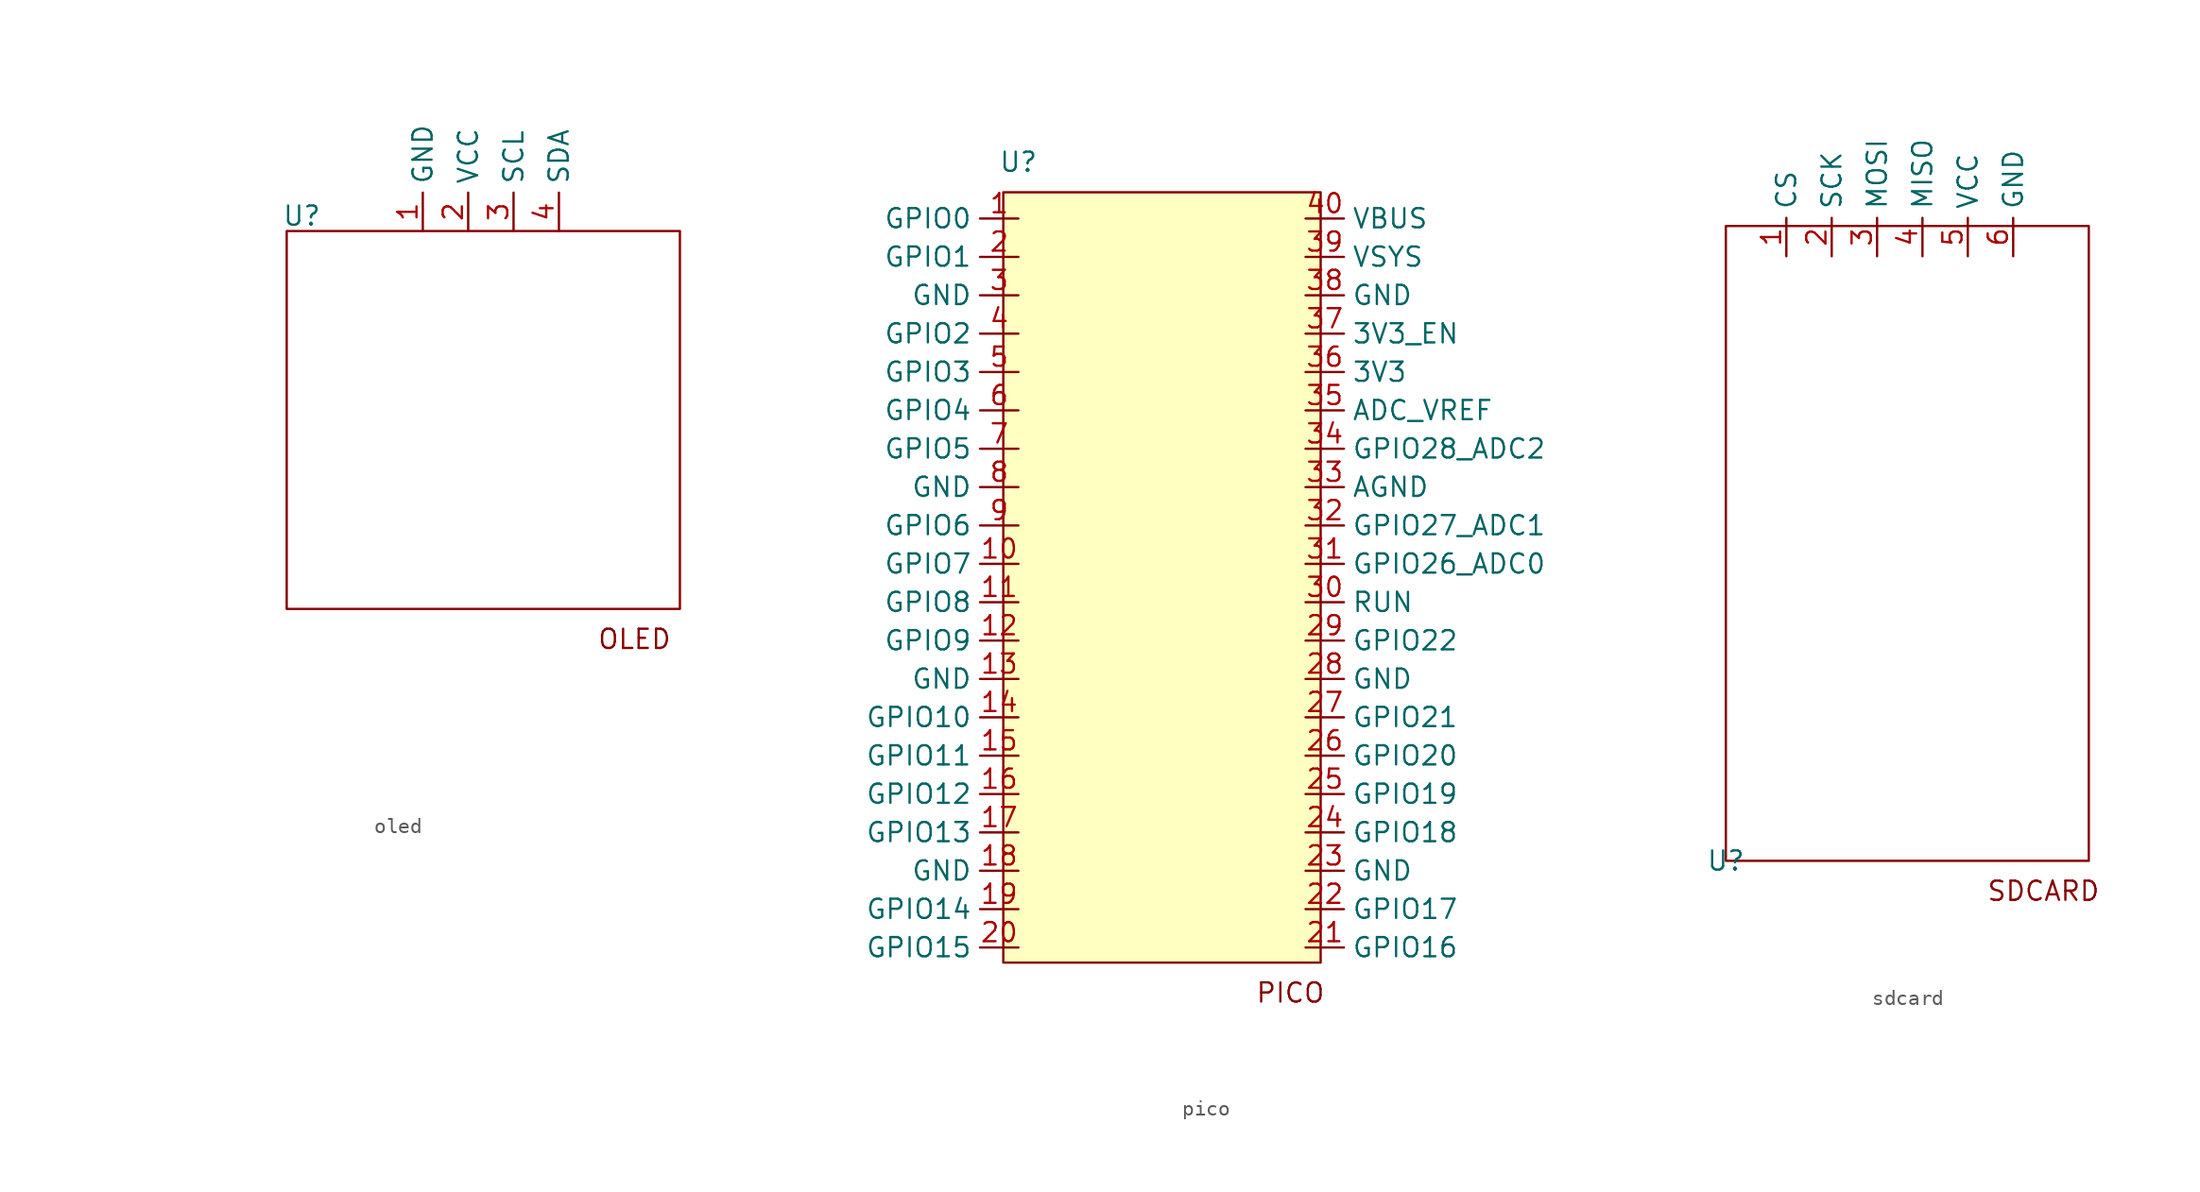
<source format=kicad_sym>
(kicad_symbol_lib
  (version 20231120)
  (generator "kicad_symbol_editor")
  (generator_version "8.0")
  (symbol "oled"
    (property "Reference" "U"
      (at -12 13 0)
      (effects (font (size 1.27 1.27))))
    (property "Value" ""
      (at -24 -22 0)
      (effects (font (size 1.27 1.27))))
    (symbol "oled_0_1"
      (rectangle (start -13 -13) (end 13 12) (stroke (width 0) (type default)) (fill (type none))))
    (symbol "oled_1_1"
      (text "OLED" (at 10 -15 0) (effects (font (size 1.27 1.27))))
      (pin input line (at -4 12 90) (length 2.54) (name "GND" (effects (font (size 1.27 1.27)))) (number "1" (effects (font (size 1.27 1.27)))))
      (pin input line (at -1 12 90) (length 2.54) (name "VCC" (effects (font (size 1.27 1.27)))) (number "2" (effects (font (size 1.27 1.27)))))
      (pin input line (at 2 12 90) (length 2.54) (name "SCL" (effects (font (size 1.27 1.27)))) (number "3" (effects (font (size 1.27 1.27)))))
      (pin input line (at 5 12 90) (length 2.54) (name "SDA" (effects (font (size 1.27 1.27)))) (number "4" (effects (font (size 1.27 1.27)))))))
  (symbol "pico"
    (property "Reference" "U"
      (at -10 25 0)
      (effects (font (size 1.27 1.27))))
    (property "Value" ""
      (at 7.559 -29.039 0)
      (effects (font (size 1.27 1.27))))
    (symbol "pico_0_1"
      (rectangle (start -11 23) (end 10 -28) (stroke (width 0) (type default)) (fill (type background))))
    (symbol "pico_1_1"
      (text "PICO\n" (at 8 -30 0) (effects (font (size 1.27 1.27))))
      (pin bidirectional line (at -10 21.26 180) (length 2.54) (name "GPIO0" (effects (font (size 1.27 1.27)))) (number "1" (effects (font (size 1.27 1.27)))))
      (pin bidirectional line (at -10 -1.6 180) (length 2.54) (name "GPIO7" (effects (font (size 1.27 1.27)))) (number "10" (effects (font (size 1.27 1.27)))))
      (pin bidirectional line (at -10 -4.14 180) (length 2.54) (name "GPIO8" (effects (font (size 1.27 1.27)))) (number "11" (effects (font (size 1.27 1.27)))))
      (pin bidirectional line (at -10 -6.68 180) (length 2.54) (name "GPIO9" (effects (font (size 1.27 1.27)))) (number "12" (effects (font (size 1.27 1.27)))))
      (pin power_in line (at -10 -9.22 180) (length 2.54) (name "GND" (effects (font (size 1.27 1.27)))) (number "13" (effects (font (size 1.27 1.27)))))
      (pin bidirectional line (at -10 -11.76 180) (length 2.54) (name "GPIO10" (effects (font (size 1.27 1.27)))) (number "14" (effects (font (size 1.27 1.27)))))
      (pin bidirectional line (at -10 -14.3 180) (length 2.54) (name "GPIO11" (effects (font (size 1.27 1.27)))) (number "15" (effects (font (size 1.27 1.27)))))
      (pin bidirectional line (at -10 -16.84 180) (length 2.54) (name "GPIO12" (effects (font (size 1.27 1.27)))) (number "16" (effects (font (size 1.27 1.27)))))
      (pin bidirectional line (at -10 -19.38 180) (length 2.54) (name "GPIO13" (effects (font (size 1.27 1.27)))) (number "17" (effects (font (size 1.27 1.27)))))
      (pin power_in line (at -10 -21.92 180) (length 2.54) (name "GND" (effects (font (size 1.27 1.27)))) (number "18" (effects (font (size 1.27 1.27)))))
      (pin bidirectional line (at -10 -24.46 180) (length 2.54) (name "GPIO14" (effects (font (size 1.27 1.27)))) (number "19" (effects (font (size 1.27 1.27)))))
      (pin bidirectional line (at -10 18.72 180) (length 2.54) (name "GPIO1" (effects (font (size 1.27 1.27)))) (number "2" (effects (font (size 1.27 1.27)))))
      (pin bidirectional line (at -10 -27 180) (length 2.54) (name "GPIO15" (effects (font (size 1.27 1.27)))) (number "20" (effects (font (size 1.27 1.27)))))
      (pin bidirectional line (at 9 -27 0) (length 2.54) (name "GPIO16" (effects (font (size 1.27 1.27)))) (number "21" (effects (font (size 1.27 1.27)))))
      (pin bidirectional line (at 9 -24.46 0) (length 2.54) (name "GPIO17" (effects (font (size 1.27 1.27)))) (number "22" (effects (font (size 1.27 1.27)))))
      (pin power_in line (at 9 -21.92 0) (length 2.54) (name "GND" (effects (font (size 1.27 1.27)))) (number "23" (effects (font (size 1.27 1.27)))))
      (pin bidirectional line (at 9 -19.38 0) (length 2.54) (name "GPIO18" (effects (font (size 1.27 1.27)))) (number "24" (effects (font (size 1.27 1.27)))))
      (pin bidirectional line (at 9 -16.84 0) (length 2.54) (name "GPIO19" (effects (font (size 1.27 1.27)))) (number "25" (effects (font (size 1.27 1.27)))))
      (pin bidirectional line (at 9 -14.3 0) (length 2.54) (name "GPIO20" (effects (font (size 1.27 1.27)))) (number "26" (effects (font (size 1.27 1.27)))))
      (pin bidirectional line (at 9 -11.76 0) (length 2.54) (name "GPIO21" (effects (font (size 1.27 1.27)))) (number "27" (effects (font (size 1.27 1.27)))))
      (pin power_in line (at 9 -9.22 0) (length 2.54) (name "GND" (effects (font (size 1.27 1.27)))) (number "28" (effects (font (size 1.27 1.27)))))
      (pin bidirectional line (at 9 -6.68 0) (length 2.54) (name "GPIO22" (effects (font (size 1.27 1.27)))) (number "29" (effects (font (size 1.27 1.27)))))
      (pin power_in line (at -10 16.18 180) (length 2.54) (name "GND" (effects (font (size 1.27 1.27)))) (number "3" (effects (font (size 1.27 1.27)))))
      (pin input line (at 9 -4.14 0) (length 2.54) (name "RUN" (effects (font (size 1.27 1.27)))) (number "30" (effects (font (size 1.27 1.27)))))
      (pin bidirectional line (at 9 -1.6 0) (length 2.54) (name "GPIO26_ADC0" (effects (font (size 1.27 1.27)))) (number "31" (effects (font (size 1.27 1.27)))))
      (pin bidirectional line (at 9 0.94 0) (length 2.54) (name "GPIO27_ADC1" (effects (font (size 1.27 1.27)))) (number "32" (effects (font (size 1.27 1.27)))))
      (pin power_in line (at 9 3.48 0) (length 2.54) (name "AGND" (effects (font (size 1.27 1.27)))) (number "33" (effects (font (size 1.27 1.27)))))
      (pin bidirectional line (at 9 6.02 0) (length 2.54) (name "GPIO28_ADC2" (effects (font (size 1.27 1.27)))) (number "34" (effects (font (size 1.27 1.27)))))
      (pin power_in line (at 9 8.56 0) (length 2.54) (name "ADC_VREF" (effects (font (size 1.27 1.27)))) (number "35" (effects (font (size 1.27 1.27)))))
      (pin power_in line (at 9 11.1 0) (length 2.54) (name "3V3" (effects (font (size 1.27 1.27)))) (number "36" (effects (font (size 1.27 1.27)))))
      (pin input line (at 9 13.64 0) (length 2.54) (name "3V3_EN" (effects (font (size 1.27 1.27)))) (number "37" (effects (font (size 1.27 1.27)))))
      (pin bidirectional line (at 9 16.18 0) (length 2.54) (name "GND" (effects (font (size 1.27 1.27)))) (number "38" (effects (font (size 1.27 1.27)))))
      (pin power_in line (at 9 18.72 0) (length 2.54) (name "VSYS" (effects (font (size 1.27 1.27)))) (number "39" (effects (font (size 1.27 1.27)))))
      (pin bidirectional line (at -10 13.64 180) (length 2.54) (name "GPIO2" (effects (font (size 1.27 1.27)))) (number "4" (effects (font (size 1.27 1.27)))))
      (pin power_in line (at 9 21.26 0) (length 2.54) (name "VBUS" (effects (font (size 1.27 1.27)))) (number "40" (effects (font (size 1.27 1.27)))))
      (pin bidirectional line (at -10 11.1 180) (length 2.54) (name "GPIO3" (effects (font (size 1.27 1.27)))) (number "5" (effects (font (size 1.27 1.27)))))
      (pin bidirectional line (at -10 8.56 180) (length 2.54) (name "GPIO4" (effects (font (size 1.27 1.27)))) (number "6" (effects (font (size 1.27 1.27)))))
      (pin bidirectional line (at -10 6.02 180) (length 2.54) (name "GPIO5" (effects (font (size 1.27 1.27)))) (number "7" (effects (font (size 1.27 1.27)))))
      (pin power_in line (at -10 3.48 180) (length 2.54) (name "GND" (effects (font (size 1.27 1.27)))) (number "8" (effects (font (size 1.27 1.27)))))
      (pin bidirectional line (at -10 0.94 180) (length 2.54) (name "GPIO6" (effects (font (size 1.27 1.27)))) (number "9" (effects (font (size 1.27 1.27)))))))
  (symbol "sdcard"
    (property "Reference" "U"
      (at 0 0 0)
      (effects (font (size 1.27 1.27))))
    (property "Value" ""
      (at 0 0 0)
      (effects (font (size 1.27 1.27))))
    (symbol "sdcard_0_1"
      (rectangle (start 0 0) (end 24 42) (stroke (width 0) (type default)) (fill (type none))))
    (symbol "sdcard_1_1"
      (text "SDCARD" (at 21 -2 0) (effects (font (size 1.27 1.27))))
      (pin input line (at 4 40 90) (length 2.54) (name "CS" (effects (font (size 1.27 1.27)))) (number "1" (effects (font (size 1.27 1.27)))))
      (pin input line (at 7 40 90) (length 2.54) (name "SCK" (effects (font (size 1.27 1.27)))) (number "2" (effects (font (size 1.27 1.27)))))
      (pin input line (at 10 40 90) (length 2.54) (name "MOSI" (effects (font (size 1.27 1.27)))) (number "3" (effects (font (size 1.27 1.27)))))
      (pin input line (at 13 40 90) (length 2.54) (name "MISO" (effects (font (size 1.27 1.27)))) (number "4" (effects (font (size 1.27 1.27)))))
      (pin input line (at 16 40 90) (length 2.54) (name "VCC" (effects (font (size 1.27 1.27)))) (number "5" (effects (font (size 1.27 1.27)))))
      (pin input line (at 19 40 90) (length 2.54) (name "GND" (effects (font (size 1.27 1.27)))) (number "6" (effects (font (size 1.27 1.27))))))))
</source>
